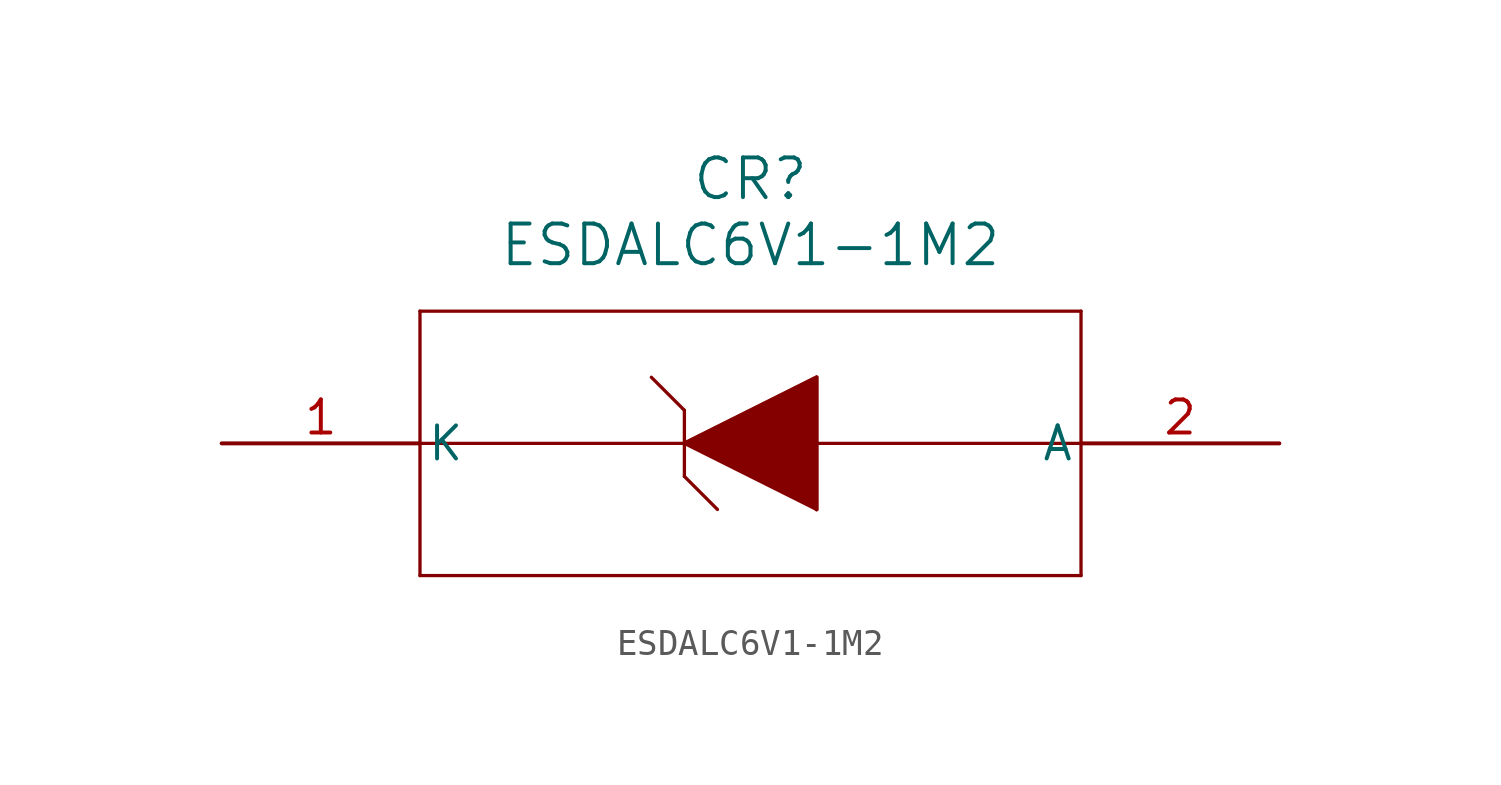
<source format=kicad_sym>
(kicad_symbol_lib
  (version 20211014)
  (generator kicad_symbol_editor)
  (symbol "ESDALC6V1-1M2"
    (pin_names
      (offset 0.254))
    (property "Reference" "CR"
      (at 20.32 10.16 0)
      (effects (font (size 1.524 1.524))))
    (property "Value" "ESDALC6V1-1M2"
      (at 20.32 7.62 0)
      (effects (font (size 1.524 1.524))))
    (symbol "ESDALC6V1-1M2_0_1"
      (polyline (pts (xy 7.62 5.08) (xy 7.62 -5.08)) (stroke (width 0.127) (type default) (color 0 0 0 0)) (fill (type none)))
      (polyline (pts (xy 7.62 -5.08) (xy 33.02 -5.08)) (stroke (width 0.127) (type default) (color 0 0 0 0)) (fill (type none)))
      (polyline (pts (xy 33.02 -5.08) (xy 33.02 5.08)) (stroke (width 0.127) (type default) (color 0 0 0 0)) (fill (type none)))
      (polyline (pts (xy 33.02 5.08) (xy 7.62 5.08)) (stroke (width 0.127) (type default) (color 0 0 0 0)) (fill (type none)))
      (polyline (pts (xy 7.62 0) (xy 33.02 0)) (stroke (width 0.127) (type default) (color 0 0 0 0)) (fill (type none)))
      (polyline (pts (xy 22.86 -2.54) (xy 22.86 2.54)) (stroke (width 0.127) (type default) (color 0 0 0 0)) (fill (type none)))
      (polyline (pts (xy 22.86 2.54) (xy 17.78 0)) (stroke (width 0.127) (type default) (color 0 0 0 0)) (fill (type none)))
      (polyline (pts (xy 17.78 0) (xy 22.86 -2.54)) (stroke (width 0.127) (type default) (color 0 0 0 0)) (fill (type none)))
      (polyline (pts (xy 17.78 -1.27) (xy 17.78 1.27)) (stroke (width 0.127) (type default) (color 0 0 0 0)) (fill (type none)))
      (polyline (pts (xy 17.78 1.27) (xy 16.51 2.54)) (stroke (width 0.127) (type default) (color 0 0 0 0)) (fill (type none)))
      (polyline (pts (xy 17.78 -1.27) (xy 19.05 -2.54)) (stroke (width 0.127) (type default) (color 0 0 0 0)) (fill (type none)))
      (polyline (pts (xy 17.78 0) (xy 22.86 2.54) (xy 22.86 -2.54)) (stroke (width 0) (type default) (color 0 0 0 0)) (fill (type outline)))
      (pin unspecified line (at 0 0 0) (length 7.62) (name "K" (effects (font (size 1.27 1.27)))) (number "1" (effects (font (size 1.27 1.27)))))
      (pin unspecified line (at 40.64 0 180) (length 7.62) (name "A" (effects (font (size 1.27 1.27)))) (number "2" (effects (font (size 1.27 1.27))))))))
</source>
